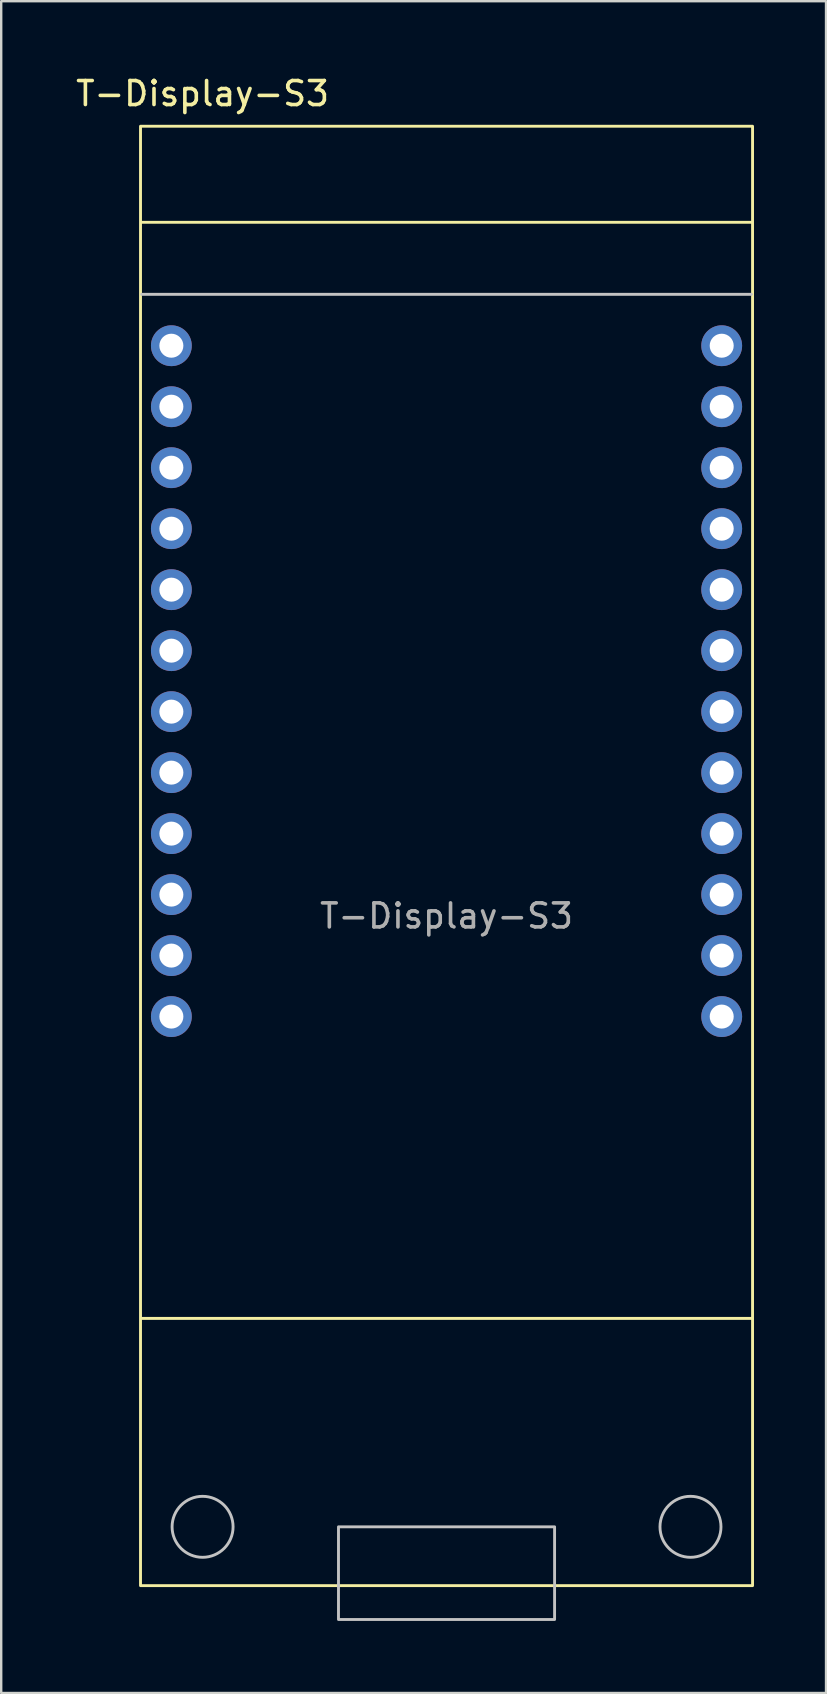
<source format=kicad_pcb>
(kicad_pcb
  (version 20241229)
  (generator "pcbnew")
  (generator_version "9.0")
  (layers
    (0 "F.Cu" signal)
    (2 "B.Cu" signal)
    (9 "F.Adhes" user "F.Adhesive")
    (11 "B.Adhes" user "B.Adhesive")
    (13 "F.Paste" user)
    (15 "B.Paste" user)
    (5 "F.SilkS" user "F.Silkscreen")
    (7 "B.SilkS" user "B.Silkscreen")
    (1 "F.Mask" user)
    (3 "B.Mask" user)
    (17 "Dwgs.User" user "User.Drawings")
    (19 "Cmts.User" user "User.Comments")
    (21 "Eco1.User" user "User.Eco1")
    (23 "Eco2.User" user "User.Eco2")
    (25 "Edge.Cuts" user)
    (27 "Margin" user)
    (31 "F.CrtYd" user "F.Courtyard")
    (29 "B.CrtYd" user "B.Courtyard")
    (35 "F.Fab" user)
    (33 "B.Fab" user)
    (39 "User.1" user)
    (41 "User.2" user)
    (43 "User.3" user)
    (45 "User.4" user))
  (footprint "T-Display-S3"
    (layer "F.Cu")
    (at 15.547 32.598)
    (property "Reference" "T-Display-S3" (at -10.16 -31.75 0) (unlocked yes) (layer "F.SilkS") (effects (font (size 1 1) (thickness 0.15))))
    (attr through_hole)
    (fp_line (start 12.7 -26.39) (end -12.7 -26.39) (stroke (width 0.12) (type default)) (layer "F.SilkS"))
    (fp_line (start 12.7 19.26) (end -12.7 19.26) (stroke (width 0.12) (type default)) (layer "F.SilkS"))
    (fp_rect (start 12.745 30.39) (end -12.745 -30.39) (stroke (width 0.12) (type default)) (fill no) (layer "F.SilkS"))
    (fp_line (start 12.7 -23.39) (end -12.7 -23.39) (stroke (width 0.12) (type default)) (layer "Dwgs.User"))
    (fp_rect (start 4.5 31.8) (end -4.5 27.94) (stroke (width 0.12) (type default)) (fill no) (layer "Dwgs.User"))
    (fp_circle (center -10.16 27.94) (end -8.89 27.94) (stroke (width 0.12) (type default)) (fill no) (layer "Dwgs.User"))
    (fp_circle (center 10.16 27.94) (end 11.43 27.94) (stroke (width 0.12) (type default)) (fill no) (layer "Dwgs.User"))
    (fp_text user "${REFERENCE}" (at 0 2.5 0) (unlocked yes) (layer "F.Fab") (effects (font (size 1 1) (thickness 0.15))))
    (pad "1" thru_hole circle (at 11.46 -21.25) (size 1.7 1.7) (drill 1) (layers "*.Cu" "*.Mask"))
    (pad "2" thru_hole circle (at 11.46 -18.71) (size 1.7 1.7) (drill 1) (layers "*.Cu" "*.Mask"))
    (pad "3" thru_hole circle (at 11.46 -16.17) (size 1.7 1.7) (drill 1) (layers "*.Cu" "*.Mask"))
    (pad "4" thru_hole circle (at 11.46 -13.63) (size 1.7 1.7) (drill 1) (layers "*.Cu" "*.Mask"))
    (pad "5" thru_hole circle (at 11.46 -11.09) (size 1.7 1.7) (drill 1) (layers "*.Cu" "*.Mask"))
    (pad "6" thru_hole circle (at 11.46 -8.55) (size 1.7 1.7) (drill 1) (layers "*.Cu" "*.Mask"))
    (pad "7" thru_hole circle (at 11.46 -6.01) (size 1.7 1.7) (drill 1) (layers "*.Cu" "*.Mask"))
    (pad "8" thru_hole circle (at 11.46 -3.47) (size 1.7 1.7) (drill 1) (layers "*.Cu" "*.Mask"))
    (pad "9" thru_hole circle (at 11.46 -0.93) (size 1.7 1.7) (drill 1) (layers "*.Cu" "*.Mask"))
    (pad "10" thru_hole circle (at 11.46 1.61) (size 1.7 1.7) (drill 1) (layers "*.Cu" "*.Mask"))
    (pad "11" thru_hole circle (at 11.46 4.15) (size 1.7 1.7) (drill 1) (layers "*.Cu" "*.Mask"))
    (pad "12" thru_hole circle (at 11.46 6.69) (size 1.7 1.7) (drill 1) (layers "*.Cu" "*.Mask"))
    (pad "13" thru_hole circle (at -11.46 6.69) (size 1.7 1.7) (drill 1) (layers "*.Cu" "*.Mask"))
    (pad "14" thru_hole circle (at -11.46 4.15) (size 1.7 1.7) (drill 1) (layers "*.Cu" "*.Mask"))
    (pad "15" thru_hole circle (at -11.46 1.61) (size 1.7 1.7) (drill 1) (layers "*.Cu" "*.Mask"))
    (pad "16" thru_hole circle (at -11.46 -0.93) (size 1.7 1.7) (drill 1) (layers "*.Cu" "*.Mask"))
    (pad "17" thru_hole circle (at -11.46 -3.47) (size 1.7 1.7) (drill 1) (layers "*.Cu" "*.Mask"))
    (pad "18" thru_hole circle (at -11.46 -6.01) (size 1.7 1.7) (drill 1) (layers "*.Cu" "*.Mask"))
    (pad "19" thru_hole circle (at -11.46 -8.55) (size 1.7 1.7) (drill 1) (layers "*.Cu" "*.Mask"))
    (pad "20" thru_hole circle (at -11.46 -11.09) (size 1.7 1.7) (drill 1) (layers "*.Cu" "*.Mask"))
    (pad "21" thru_hole circle (at -11.46 -13.63) (size 1.7 1.7) (drill 1) (layers "*.Cu" "*.Mask"))
    (pad "22" thru_hole circle (at -11.46 -16.17) (size 1.7 1.7) (drill 1) (layers "*.Cu" "*.Mask"))
    (pad "23" thru_hole circle (at -11.46 -18.71) (size 1.7 1.7) (drill 1) (layers "*.Cu" "*.Mask"))
    (pad "24" thru_hole circle (at -11.46 -21.25) (size 1.7 1.7) (drill 1) (layers "*.Cu" "*.Mask")))
  (gr_rect
    (start -3 -3)
    (end 31.352 67.458)
    (stroke (width 0.1) (type default))
    (fill no)
    (layer "Edge.Cuts")))
</source>
